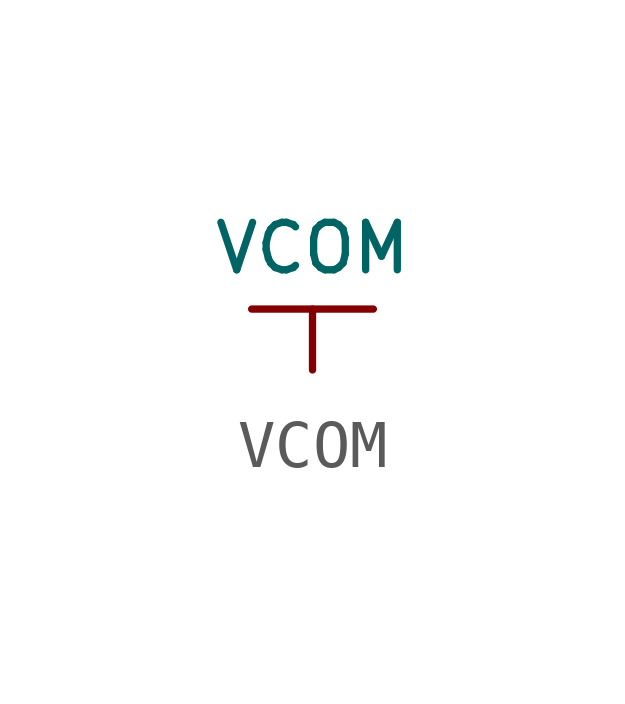
<source format=kicad_sym>
(kicad_symbol_lib
  (version 20220914)
  (generator kicad_symbol_editor)
  (symbol "VCOM"
    (power)
    (pin_numbers hide)
    (pin_names
      (offset 0) hide)
    (property "Reference" "#PWR"
      (at 0 -2.54 0)
      (effects (font (size 1.524 1.524)) hide))
    (property "Value" "VCOM"
      (at 0 1.27 0)
      (effects (font (size 0.991 0.991))))
    (property "Footprint" ""
      (at 0 0 0)
      (effects (font (size 1.524 1.524))))
    (property "Datasheet" ""
      (at 0 0 0)
      (effects (font (size 1.524 1.524))))
    (symbol "VCOM_0_1"
      (polyline (pts (xy -1.27 0) (xy 1.27 0)) (stroke (width 0) (type default)) (fill (type none))))
    (symbol "VCOM_1_1"
      (pin power_in line (at 0 -1.27 90) (length 1.27) (name "VCOM" (effects (font (size 1.27 1.27)))) (number "1" (effects (font (size 1.27 1.27))))))))
</source>
